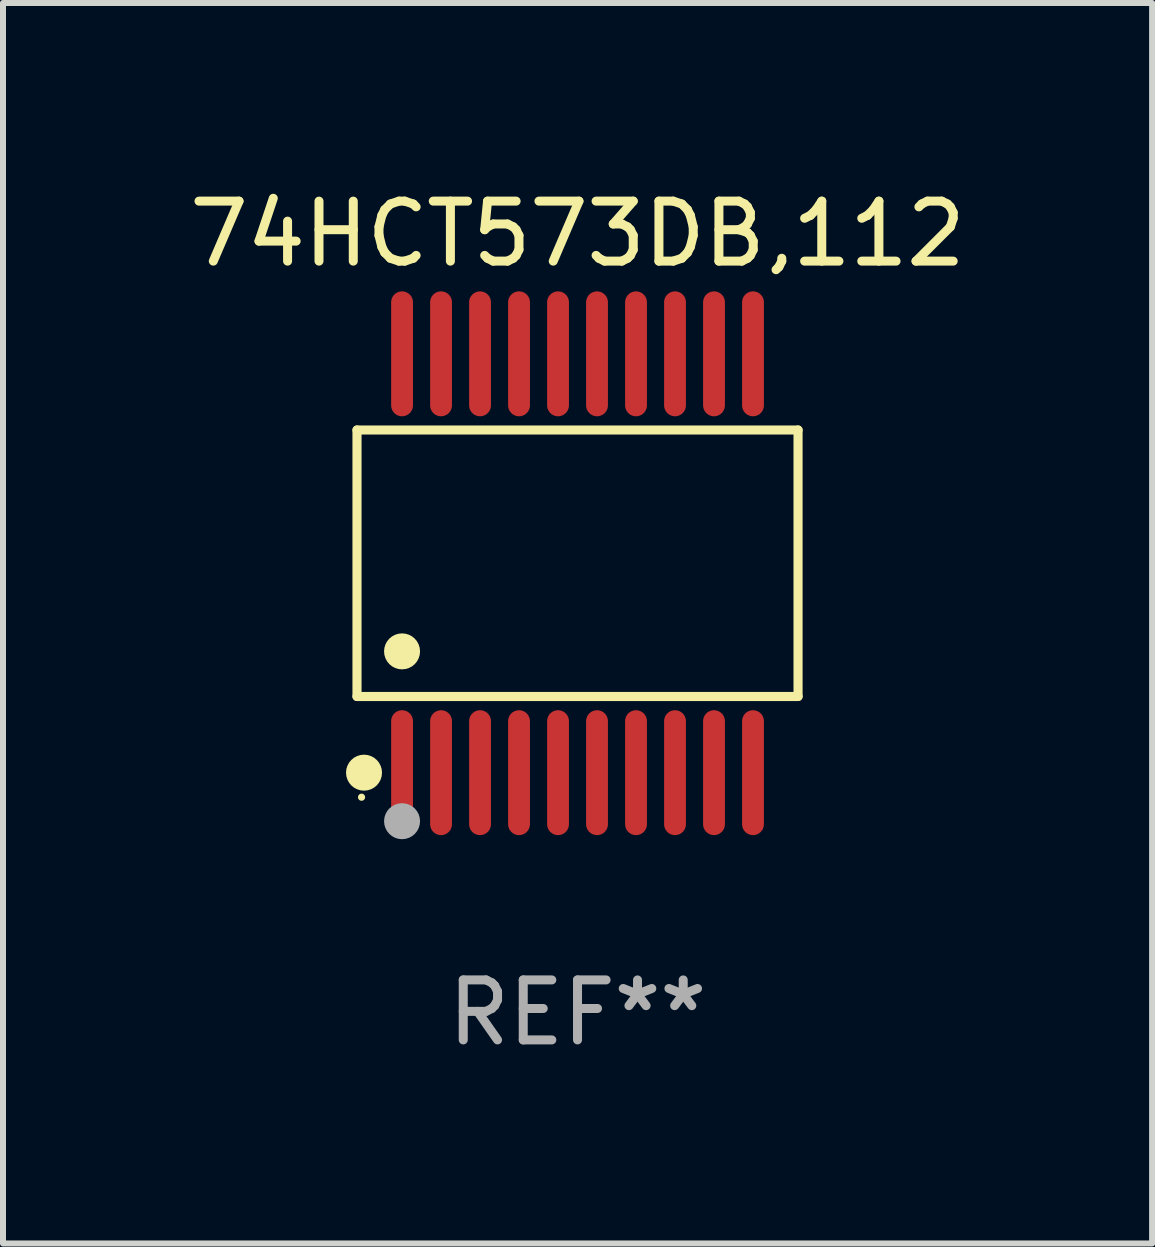
<source format=kicad_pcb>
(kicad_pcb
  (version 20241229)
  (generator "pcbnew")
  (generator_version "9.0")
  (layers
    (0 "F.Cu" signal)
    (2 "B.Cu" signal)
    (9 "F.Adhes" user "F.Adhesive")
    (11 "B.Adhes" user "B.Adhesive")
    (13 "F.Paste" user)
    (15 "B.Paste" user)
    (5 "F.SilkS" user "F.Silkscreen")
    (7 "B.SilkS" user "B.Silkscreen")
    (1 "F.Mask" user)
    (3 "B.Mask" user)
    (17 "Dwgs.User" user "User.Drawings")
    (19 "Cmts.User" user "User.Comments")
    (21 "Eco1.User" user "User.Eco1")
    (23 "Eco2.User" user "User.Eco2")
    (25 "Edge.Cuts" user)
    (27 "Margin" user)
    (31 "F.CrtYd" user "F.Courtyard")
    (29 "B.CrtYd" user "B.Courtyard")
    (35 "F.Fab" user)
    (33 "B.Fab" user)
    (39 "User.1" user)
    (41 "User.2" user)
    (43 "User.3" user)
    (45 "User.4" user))
  (footprint "74HCT573DB,112"
    (layer "F.Cu")
    (at 6.577 6.339)
    (property "Reference" "74HCT573DB,112" (at 0 -5.491 0) (layer "F.SilkS") (effects (font (size 1 1) (thickness 0.15))))
    (attr through_hole)
    (fp_line (start -3.676 -2.221) (end 3.676 -2.221) (stroke (width 0.152) (type solid)) (layer "F.SilkS"))
    (fp_line (start -3.676 2.221) (end -3.676 -2.221) (stroke (width 0.152) (type solid)) (layer "F.SilkS"))
    (fp_line (start 3.676 -2.221) (end 3.676 2.221) (stroke (width 0.152) (type solid)) (layer "F.SilkS"))
    (fp_line (start 3.676 2.221) (end -3.676 2.221) (stroke (width 0.152) (type solid)) (layer "F.SilkS"))
    (fp_circle (center -3.6 3.9) (end -3.57 3.9) (stroke (width 0.06) (type solid)) (fill no) (layer "F.SilkS"))
    (fp_circle (center -3.559 3.491) (end -3.409 3.491) (stroke (width 0.3) (type solid)) (fill no) (layer "F.SilkS"))
    (fp_circle (center -2.925 1.469) (end -2.775 1.469) (stroke (width 0.3) (type solid)) (fill no) (layer "F.SilkS"))
    (fp_circle (center -2.925 4.3) (end -2.775 4.3) (stroke (width 0.3) (type solid)) (fill no) (layer "F.Fab"))
    (fp_text user "REF**" (at 0 7.491 0) (layer "F.Fab") (effects (font (size 1 1) (thickness 0.15))))
    (pad "1" smd oval (at -2.925 3.491) (size 0.364 2.082) (layers "F.Cu" "F.Mask" "F.Paste"))
    (pad "2" smd oval (at -2.275 3.491) (size 0.364 2.082) (layers "F.Cu" "F.Mask" "F.Paste"))
    (pad "3" smd oval (at -1.625 3.491) (size 0.364 2.082) (layers "F.Cu" "F.Mask" "F.Paste"))
    (pad "4" smd oval (at -0.975 3.491) (size 0.364 2.082) (layers "F.Cu" "F.Mask" "F.Paste"))
    (pad "5" smd oval (at -0.325 3.491) (size 0.364 2.082) (layers "F.Cu" "F.Mask" "F.Paste"))
    (pad "6" smd oval (at 0.325 3.491) (size 0.364 2.082) (layers "F.Cu" "F.Mask" "F.Paste"))
    (pad "7" smd oval (at 0.975 3.491) (size 0.364 2.082) (layers "F.Cu" "F.Mask" "F.Paste"))
    (pad "8" smd oval (at 1.625 3.491) (size 0.364 2.082) (layers "F.Cu" "F.Mask" "F.Paste"))
    (pad "9" smd oval (at 2.275 3.491) (size 0.364 2.082) (layers "F.Cu" "F.Mask" "F.Paste"))
    (pad "10" smd oval (at 2.925 3.491) (size 0.364 2.082) (layers "F.Cu" "F.Mask" "F.Paste"))
    (pad "11" smd oval (at 2.925 -3.491) (size 0.364 2.082) (layers "F.Cu" "F.Mask" "F.Paste"))
    (pad "12" smd oval (at 2.275 -3.491) (size 0.364 2.082) (layers "F.Cu" "F.Mask" "F.Paste"))
    (pad "13" smd oval (at 1.625 -3.491) (size 0.364 2.082) (layers "F.Cu" "F.Mask" "F.Paste"))
    (pad "14" smd oval (at 0.975 -3.491) (size 0.364 2.082) (layers "F.Cu" "F.Mask" "F.Paste"))
    (pad "15" smd oval (at 0.325 -3.491) (size 0.364 2.082) (layers "F.Cu" "F.Mask" "F.Paste"))
    (pad "16" smd oval (at -0.325 -3.491) (size 0.364 2.082) (layers "F.Cu" "F.Mask" "F.Paste"))
    (pad "17" smd oval (at -0.975 -3.491) (size 0.364 2.082) (layers "F.Cu" "F.Mask" "F.Paste"))
    (pad "18" smd oval (at -1.625 -3.491) (size 0.364 2.082) (layers "F.Cu" "F.Mask" "F.Paste"))
    (pad "19" smd oval (at -2.275 -3.491) (size 0.364 2.082) (layers "F.Cu" "F.Mask" "F.Paste"))
    (pad "20" smd oval (at -2.925 -3.491) (size 0.364 2.082) (layers "F.Cu" "F.Mask" "F.Paste")))
  (gr_rect
    (start -3 -3)
    (end 16.155 17.678)
    (stroke (width 0.1) (type default))
    (fill no)
    (layer "Edge.Cuts")))
</source>
